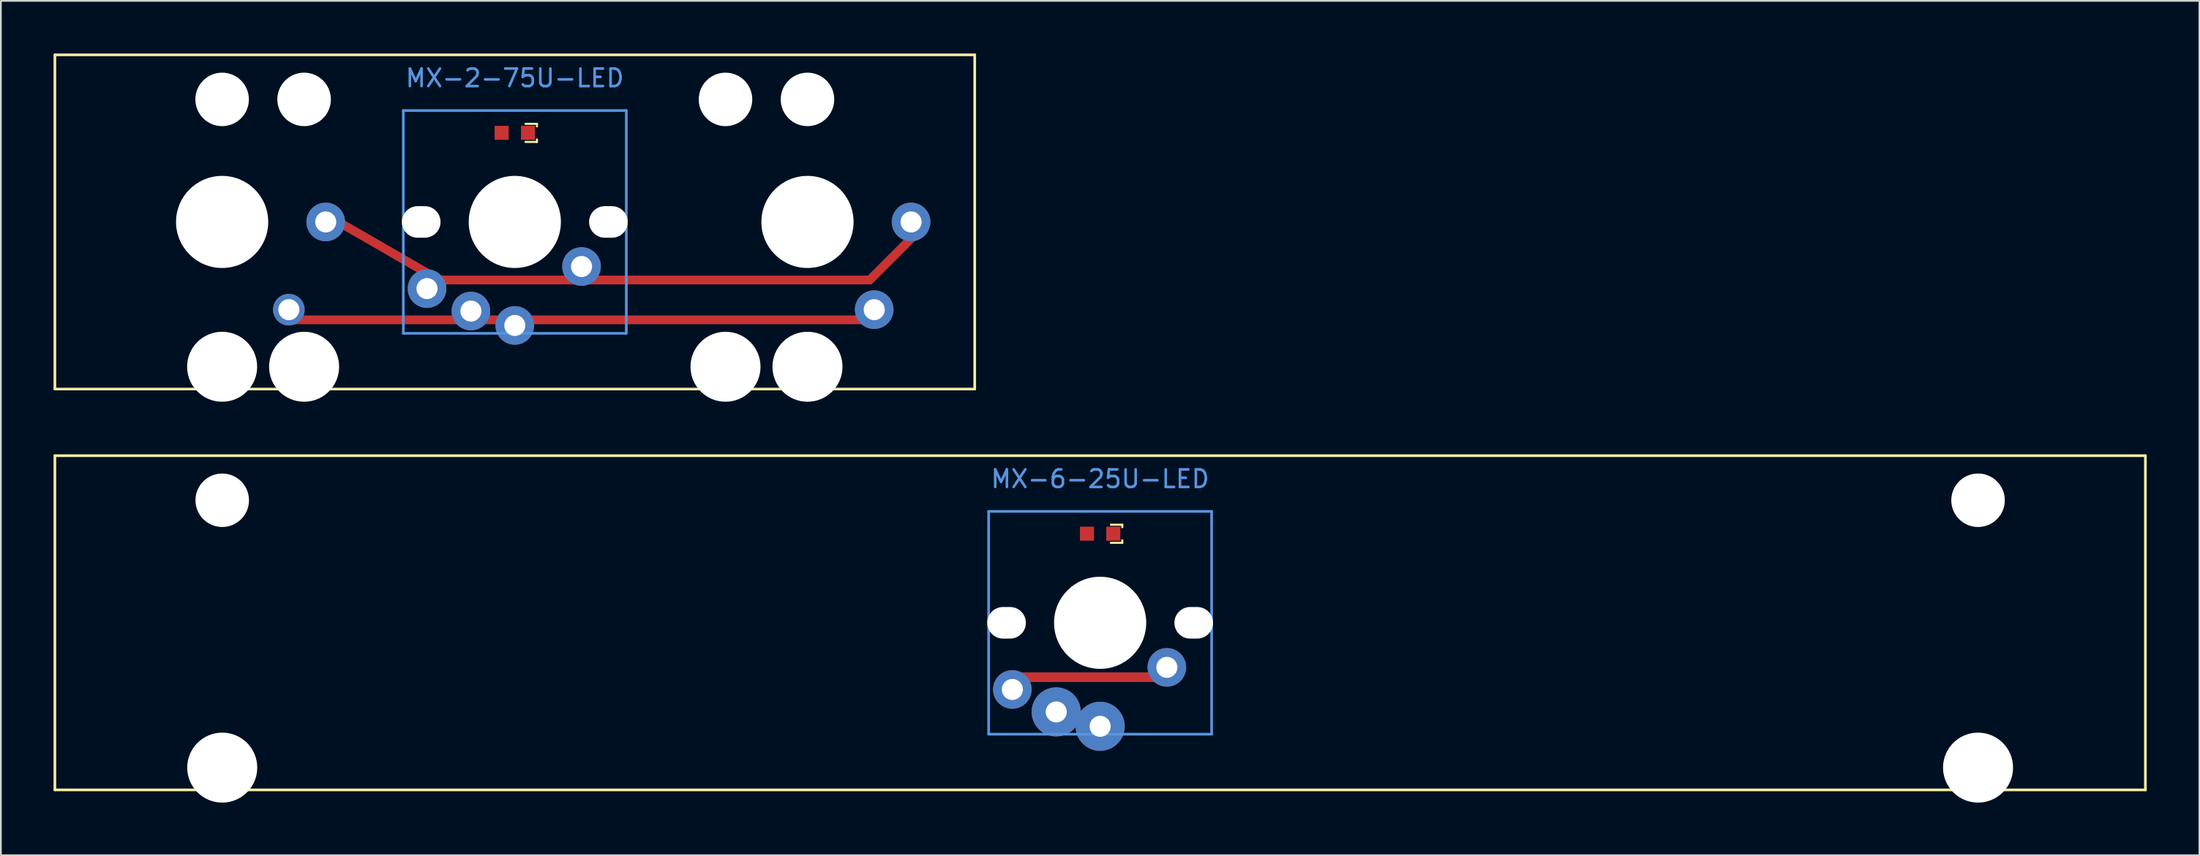
<source format=kicad_pcb>
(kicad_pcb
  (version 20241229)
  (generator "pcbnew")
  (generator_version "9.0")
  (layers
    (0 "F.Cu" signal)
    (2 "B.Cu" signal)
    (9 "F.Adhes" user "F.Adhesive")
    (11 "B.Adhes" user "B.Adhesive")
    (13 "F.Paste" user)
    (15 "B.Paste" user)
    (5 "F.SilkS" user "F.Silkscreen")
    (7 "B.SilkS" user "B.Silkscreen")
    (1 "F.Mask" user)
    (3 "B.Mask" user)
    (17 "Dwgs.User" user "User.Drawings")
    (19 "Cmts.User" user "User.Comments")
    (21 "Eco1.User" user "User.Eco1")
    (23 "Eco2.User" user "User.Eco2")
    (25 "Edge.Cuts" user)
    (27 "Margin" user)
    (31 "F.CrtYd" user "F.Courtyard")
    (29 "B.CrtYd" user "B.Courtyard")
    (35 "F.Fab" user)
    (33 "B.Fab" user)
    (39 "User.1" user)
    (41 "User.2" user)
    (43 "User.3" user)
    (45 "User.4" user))
  (footprint "MX-6-25U-LED"
    (layer "F.Cu")
    (at 59.607 27.371)
    (property "Reference" "MX-6-25U-LED" (at 0 -3.12 0) (layer "Cmts.User") (effects (font (size 1 1) (thickness 0.15))))
    (fp_line (start -59.531 -4.445) (end 59.531 -4.445) (stroke (width 0.152) (type solid)) (layer "F.SilkS"))
    (fp_line (start -59.531 14.605) (end -59.531 -4.445) (stroke (width 0.152) (type solid)) (layer "F.SilkS"))
    (fp_line (start 0.61 -0.51) (end 1.26 -0.51) (stroke (width 0.12) (type solid)) (layer "F.SilkS"))
    (fp_line (start 0.61 0.52) (end 1.26 0.52) (stroke (width 0.12) (type solid)) (layer "F.SilkS"))
    (fp_line (start 1.26 -0.51) (end 1.26 -0.37) (stroke (width 0.12) (type solid)) (layer "F.SilkS"))
    (fp_line (start 1.26 0.52) (end 1.26 0.38) (stroke (width 0.12) (type solid)) (layer "F.SilkS"))
    (fp_line (start 59.531 -4.445) (end 59.531 14.605) (stroke (width 0.152) (type solid)) (layer "F.SilkS"))
    (fp_line (start 59.531 14.605) (end -59.531 14.605) (stroke (width 0.152) (type solid)) (layer "F.SilkS"))
    (fp_line (start -6.35 -1.27) (end 6.35 -1.27) (stroke (width 0.152) (type solid)) (layer "Cmts.User"))
    (fp_line (start -6.35 11.43) (end -6.35 -1.27) (stroke (width 0.152) (type solid)) (layer "Cmts.User"))
    (fp_line (start 6.35 -1.27) (end 6.35 11.43) (stroke (width 0.152) (type solid)) (layer "Cmts.User"))
    (fp_line (start 6.35 11.43) (end -6.35 11.43) (stroke (width 0.152) (type solid)) (layer "Cmts.User"))
    (fp_line (start -7.798 -0.925) (end -6.985 -0.925) (stroke (width 0.152) (type solid)) (layer "Eco2.User"))
    (fp_line (start -7.798 2.576) (end -7.798 -0.925) (stroke (width 0.152) (type solid)) (layer "Eco2.User"))
    (fp_line (start -7.798 7.584) (end -6.985 7.584) (stroke (width 0.152) (type solid)) (layer "Eco2.User"))
    (fp_line (start -7.798 11.085) (end -7.798 7.584) (stroke (width 0.152) (type solid)) (layer "Eco2.User"))
    (fp_line (start -6.985 -1.905) (end 6.985 -1.905) (stroke (width 0.152) (type solid)) (layer "Eco2.User"))
    (fp_line (start -6.985 -0.925) (end -6.985 -1.905) (stroke (width 0.152) (type solid)) (layer "Eco2.User"))
    (fp_line (start -6.985 2.576) (end -7.798 2.576) (stroke (width 0.152) (type solid)) (layer "Eco2.User"))
    (fp_line (start -6.985 7.584) (end -6.985 2.576) (stroke (width 0.152) (type solid)) (layer "Eco2.User"))
    (fp_line (start -6.985 11.085) (end -7.798 11.085) (stroke (width 0.152) (type solid)) (layer "Eco2.User"))
    (fp_line (start -6.985 12.065) (end -6.985 11.085) (stroke (width 0.152) (type solid)) (layer "Eco2.User"))
    (fp_line (start 6.985 -1.905) (end 6.985 -0.925) (stroke (width 0.152) (type solid)) (layer "Eco2.User"))
    (fp_line (start 6.985 -0.925) (end 7.798 -0.925) (stroke (width 0.152) (type solid)) (layer "Eco2.User"))
    (fp_line (start 6.985 2.576) (end 6.985 7.584) (stroke (width 0.152) (type solid)) (layer "Eco2.User"))
    (fp_line (start 6.985 7.584) (end 7.798 7.584) (stroke (width 0.152) (type solid)) (layer "Eco2.User"))
    (fp_line (start 6.985 11.085) (end 6.985 12.065) (stroke (width 0.152) (type solid)) (layer "Eco2.User"))
    (fp_line (start 6.985 12.065) (end -6.985 12.065) (stroke (width 0.152) (type solid)) (layer "Eco2.User"))
    (fp_line (start 7.798 -0.925) (end 7.798 2.576) (stroke (width 0.152) (type solid)) (layer "Eco2.User"))
    (fp_line (start 7.798 2.576) (end 6.985 2.576) (stroke (width 0.152) (type solid)) (layer "Eco2.User"))
    (fp_line (start 7.798 7.584) (end 7.798 11.085) (stroke (width 0.152) (type solid)) (layer "Eco2.User"))
    (fp_line (start 7.798 11.085) (end 6.985 11.085) (stroke (width 0.152) (type solid)) (layer "Eco2.User"))
    (pad "" np_thru_hole circle (at -50 -1.905 180) (size 3.048 3.048) (drill 3.048) (layers "*.Cu" "*.Mask"))
    (pad "" np_thru_hole circle (at -50 13.335 180) (size 3.988 3.988) (drill 3.988) (layers "*.Cu" "*.Mask"))
    (pad "" np_thru_hole oval (at -5.33 5.08 270) (size 1.8 2.2) (drill oval 1.8 2.2) (layers "*.Cu" "*.Mask"))
    (pad "" np_thru_hole circle (at 0 5.08 180) (size 5.25 5.25) (drill 5.25) (layers "*.Cu" "*.Mask"))
    (pad "" np_thru_hole oval (at 5.33 5.08 270) (size 1.8 2.2) (drill oval 1.8 2.2) (layers "*.Cu" "*.Mask"))
    (pad "" np_thru_hole circle (at 50 -1.905 180) (size 3.048 3.048) (drill 3.048) (layers "*.Cu" "*.Mask"))
    (pad "" np_thru_hole circle (at 50 13.335 180) (size 3.988 3.988) (drill 3.988) (layers "*.Cu" "*.Mask"))
    (pad "1" thru_hole circle (at -2.5 10.16) (size 2.8 2.8) (drill oval 1.2) (layers "*.Cu" "*.Mask"))
    (pad "1" thru_hole circle (at 0 10.98 90) (size 2.8 2.8) (drill 1.2) (layers "*.Cu" "*.Mask"))
    (pad "2" thru_hole circle (at -5 8.88 270) (size 2.2 2.2) (drill 1.2) (layers "*.Cu" "*.Mask"))
    (pad "2" smd rect (at -0.67 8.18) (size 7.64 0.55) (layers "F.Cu" "F.Mask" "F.Paste"))
    (pad "2" thru_hole circle (at 3.8 7.62 225) (size 2.2 2.2) (drill 1.2) (layers "*.Cu" "*.Mask"))
    (pad "3" smd rect (at 0.75 0 90) (size 0.8 0.8) (layers "F.Cu" "F.Mask" "F.Paste"))
    (pad "4" smd rect (at -0.75 0 90) (size 0.8 0.8) (layers "F.Cu" "F.Mask" "F.Paste")))
  (footprint "MX-2-75U-LED"
    (layer "F.Cu")
    (at 26.27 4.521)
    (property "Reference" "MX-2-75U-LED" (at 0 -3.12 0) (layer "Cmts.User") (effects (font (size 1 1) (thickness 0.15))))
    (fp_line (start -26.194 -4.445) (end 26.194 -4.445) (stroke (width 0.152) (type solid)) (layer "F.SilkS"))
    (fp_line (start -26.194 14.605) (end -26.194 -4.445) (stroke (width 0.152) (type solid)) (layer "F.SilkS"))
    (fp_line (start 0.61 -0.51) (end 1.26 -0.51) (stroke (width 0.12) (type solid)) (layer "F.SilkS"))
    (fp_line (start 0.61 0.52) (end 1.26 0.52) (stroke (width 0.12) (type solid)) (layer "F.SilkS"))
    (fp_line (start 1.26 -0.51) (end 1.26 -0.37) (stroke (width 0.12) (type solid)) (layer "F.SilkS"))
    (fp_line (start 1.26 0.52) (end 1.26 0.38) (stroke (width 0.12) (type solid)) (layer "F.SilkS"))
    (fp_line (start 26.194 -4.445) (end 26.194 14.605) (stroke (width 0.152) (type solid)) (layer "F.SilkS"))
    (fp_line (start 26.194 14.605) (end -26.194 14.605) (stroke (width 0.152) (type solid)) (layer "F.SilkS"))
    (fp_line (start -6.35 -1.27) (end 6.35 -1.27) (stroke (width 0.152) (type solid)) (layer "Cmts.User"))
    (fp_line (start -6.35 11.43) (end -6.35 -1.27) (stroke (width 0.152) (type solid)) (layer "Cmts.User"))
    (fp_line (start 6.35 -1.27) (end 6.35 11.43) (stroke (width 0.152) (type solid)) (layer "Cmts.User"))
    (fp_line (start 6.35 11.43) (end -6.35 11.43) (stroke (width 0.152) (type solid)) (layer "Cmts.User"))
    (fp_line (start -7.798 -0.925) (end -6.985 -0.925) (stroke (width 0.152) (type solid)) (layer "Eco2.User"))
    (fp_line (start -7.798 2.576) (end -7.798 -0.925) (stroke (width 0.152) (type solid)) (layer "Eco2.User"))
    (fp_line (start -7.798 7.584) (end -6.985 7.584) (stroke (width 0.152) (type solid)) (layer "Eco2.User"))
    (fp_line (start -7.798 11.085) (end -7.798 7.584) (stroke (width 0.152) (type solid)) (layer "Eco2.User"))
    (fp_line (start -6.985 -1.905) (end 6.985 -1.905) (stroke (width 0.152) (type solid)) (layer "Eco2.User"))
    (fp_line (start -6.985 -0.925) (end -6.985 -1.905) (stroke (width 0.152) (type solid)) (layer "Eco2.User"))
    (fp_line (start -6.985 2.576) (end -7.798 2.576) (stroke (width 0.152) (type solid)) (layer "Eco2.User"))
    (fp_line (start -6.985 7.584) (end -6.985 2.576) (stroke (width 0.152) (type solid)) (layer "Eco2.User"))
    (fp_line (start -6.985 11.085) (end -7.798 11.085) (stroke (width 0.152) (type solid)) (layer "Eco2.User"))
    (fp_line (start -6.985 12.065) (end -6.985 11.085) (stroke (width 0.152) (type solid)) (layer "Eco2.User"))
    (fp_line (start 6.985 -1.905) (end 6.985 -0.925) (stroke (width 0.152) (type solid)) (layer "Eco2.User"))
    (fp_line (start 6.985 -0.925) (end 7.798 -0.925) (stroke (width 0.152) (type solid)) (layer "Eco2.User"))
    (fp_line (start 6.985 2.576) (end 6.985 7.584) (stroke (width 0.152) (type solid)) (layer "Eco2.User"))
    (fp_line (start 6.985 7.584) (end 7.798 7.584) (stroke (width 0.152) (type solid)) (layer "Eco2.User"))
    (fp_line (start 6.985 11.085) (end 6.985 12.065) (stroke (width 0.152) (type solid)) (layer "Eco2.User"))
    (fp_line (start 6.985 12.065) (end -6.985 12.065) (stroke (width 0.152) (type solid)) (layer "Eco2.User"))
    (fp_line (start 7.798 -0.925) (end 7.798 2.576) (stroke (width 0.152) (type solid)) (layer "Eco2.User"))
    (fp_line (start 7.798 2.576) (end 6.985 2.576) (stroke (width 0.152) (type solid)) (layer "Eco2.User"))
    (fp_line (start 7.798 7.584) (end 7.798 11.085) (stroke (width 0.152) (type solid)) (layer "Eco2.User"))
    (fp_line (start 7.798 11.085) (end 6.985 11.085) (stroke (width 0.152) (type solid)) (layer "Eco2.User"))
    (pad "" np_thru_hole circle (at -16.669 -1.905 180) (size 3.048 3.048) (drill 3.048) (layers "*.Cu" "*.Mask"))
    (pad "" np_thru_hole circle (at -16.669 5.08 270) (size 5.25 5.25) (drill 5.25) (layers "*.Cu" "*.Mask"))
    (pad "" np_thru_hole circle (at -16.669 13.335 180) (size 3.988 3.988) (drill 3.988) (layers "*.Cu" "*.Mask"))
    (pad "" np_thru_hole circle (at -12 -1.905 180) (size 3.048 3.048) (drill 3.048) (layers "*.Cu" "*.Mask"))
    (pad "" np_thru_hole circle (at -12 13.335 180) (size 3.988 3.988) (drill 3.988) (layers "*.Cu" "*.Mask"))
    (pad "" np_thru_hole oval (at -5.33 5.08 270) (size 1.8 2.2) (drill oval 1.8 2.2) (layers "*.Cu" "*.Mask"))
    (pad "" np_thru_hole circle (at 0 5.08 180) (size 5.25 5.25) (drill 5.25) (layers "*.Cu" "*.Mask"))
    (pad "" np_thru_hole oval (at 5.33 5.08 270) (size 1.8 2.2) (drill oval 1.8 2.2) (layers "*.Cu" "*.Mask"))
    (pad "" np_thru_hole circle (at 12 -1.905 180) (size 3.048 3.048) (drill 3.048) (layers "*.Cu" "*.Mask"))
    (pad "" np_thru_hole circle (at 12 13.335 180) (size 3.988 3.988) (drill 3.988) (layers "*.Cu" "*.Mask"))
    (pad "" np_thru_hole circle (at 16.669 -1.905 180) (size 3.048 3.048) (drill 3.048) (layers "*.Cu" "*.Mask"))
    (pad "" np_thru_hole circle (at 16.669 5.08 270) (size 5.25 5.25) (drill 5.25) (layers "*.Cu" "*.Mask"))
    (pad "" np_thru_hole circle (at 16.669 13.335 180) (size 3.988 3.988) (drill 3.988) (layers "*.Cu" "*.Mask"))
    (pad "1" thru_hole circle (at -12.869 10.08) (size 1.8 1.8) (drill 1.2) (layers "*.Cu" "*.Mask"))
    (pad "1" thru_hole circle (at -2.5 10.16) (size 2.2 2.2) (drill oval 1.2) (layers "*.Cu" "*.Mask"))
    (pad "1" thru_hole circle (at 0 10.98 90) (size 2.2 2.2) (drill 1.2) (layers "*.Cu" "*.Mask"))
    (pad "1" smd rect (at 3.63 10.66) (size 33 0.5) (layers "F.Cu" "F.Mask" "F.Paste"))
    (pad "1" thru_hole circle (at 20.469 10.08) (size 2.2 2.2) (drill 1.2) (layers "*.Cu" "*.Mask"))
    (pad "2" thru_hole circle (at -10.769 5.08 180) (size 2.2 2.2) (drill 1.2) (layers "*.Cu" "*.Mask"))
    (pad "2" smd rect (at -7.79 6.38 330) (size 7.64 0.5) (layers "F.Cu" "F.Mask" "F.Paste"))
    (pad "2" thru_hole circle (at -5 8.88 270) (size 2.2 2.2) (drill 1.2) (layers "*.Cu" "*.Mask"))
    (pad "2" thru_hole circle (at 3.8 7.62 225) (size 2.2 2.2) (drill 1.2) (layers "*.Cu" "*.Mask"))
    (pad "2" smd rect (at 7.82 8.39) (size 25 0.5) (layers "F.Cu" "F.Mask" "F.Paste"))
    (pad "2" smd rect (at 21.55 7.05 45) (size 4 0.5) (layers "F.Cu" "F.Mask" "F.Paste"))
    (pad "2" thru_hole circle (at 22.569 5.08 180) (size 2.2 2.2) (drill 1.2) (layers "*.Cu" "*.Mask"))
    (pad "3" smd rect (at 0.75 0 90) (size 0.8 0.8) (layers "F.Cu" "F.Mask" "F.Paste"))
    (pad "4" smd rect (at -0.75 0 90) (size 0.8 0.8) (layers "F.Cu" "F.Mask" "F.Paste")))
  (gr_rect
    (start -3 -3)
    (end 122.215 45.7)
    (stroke (width 0.1) (type default))
    (fill no)
    (layer "Edge.Cuts")))
</source>
